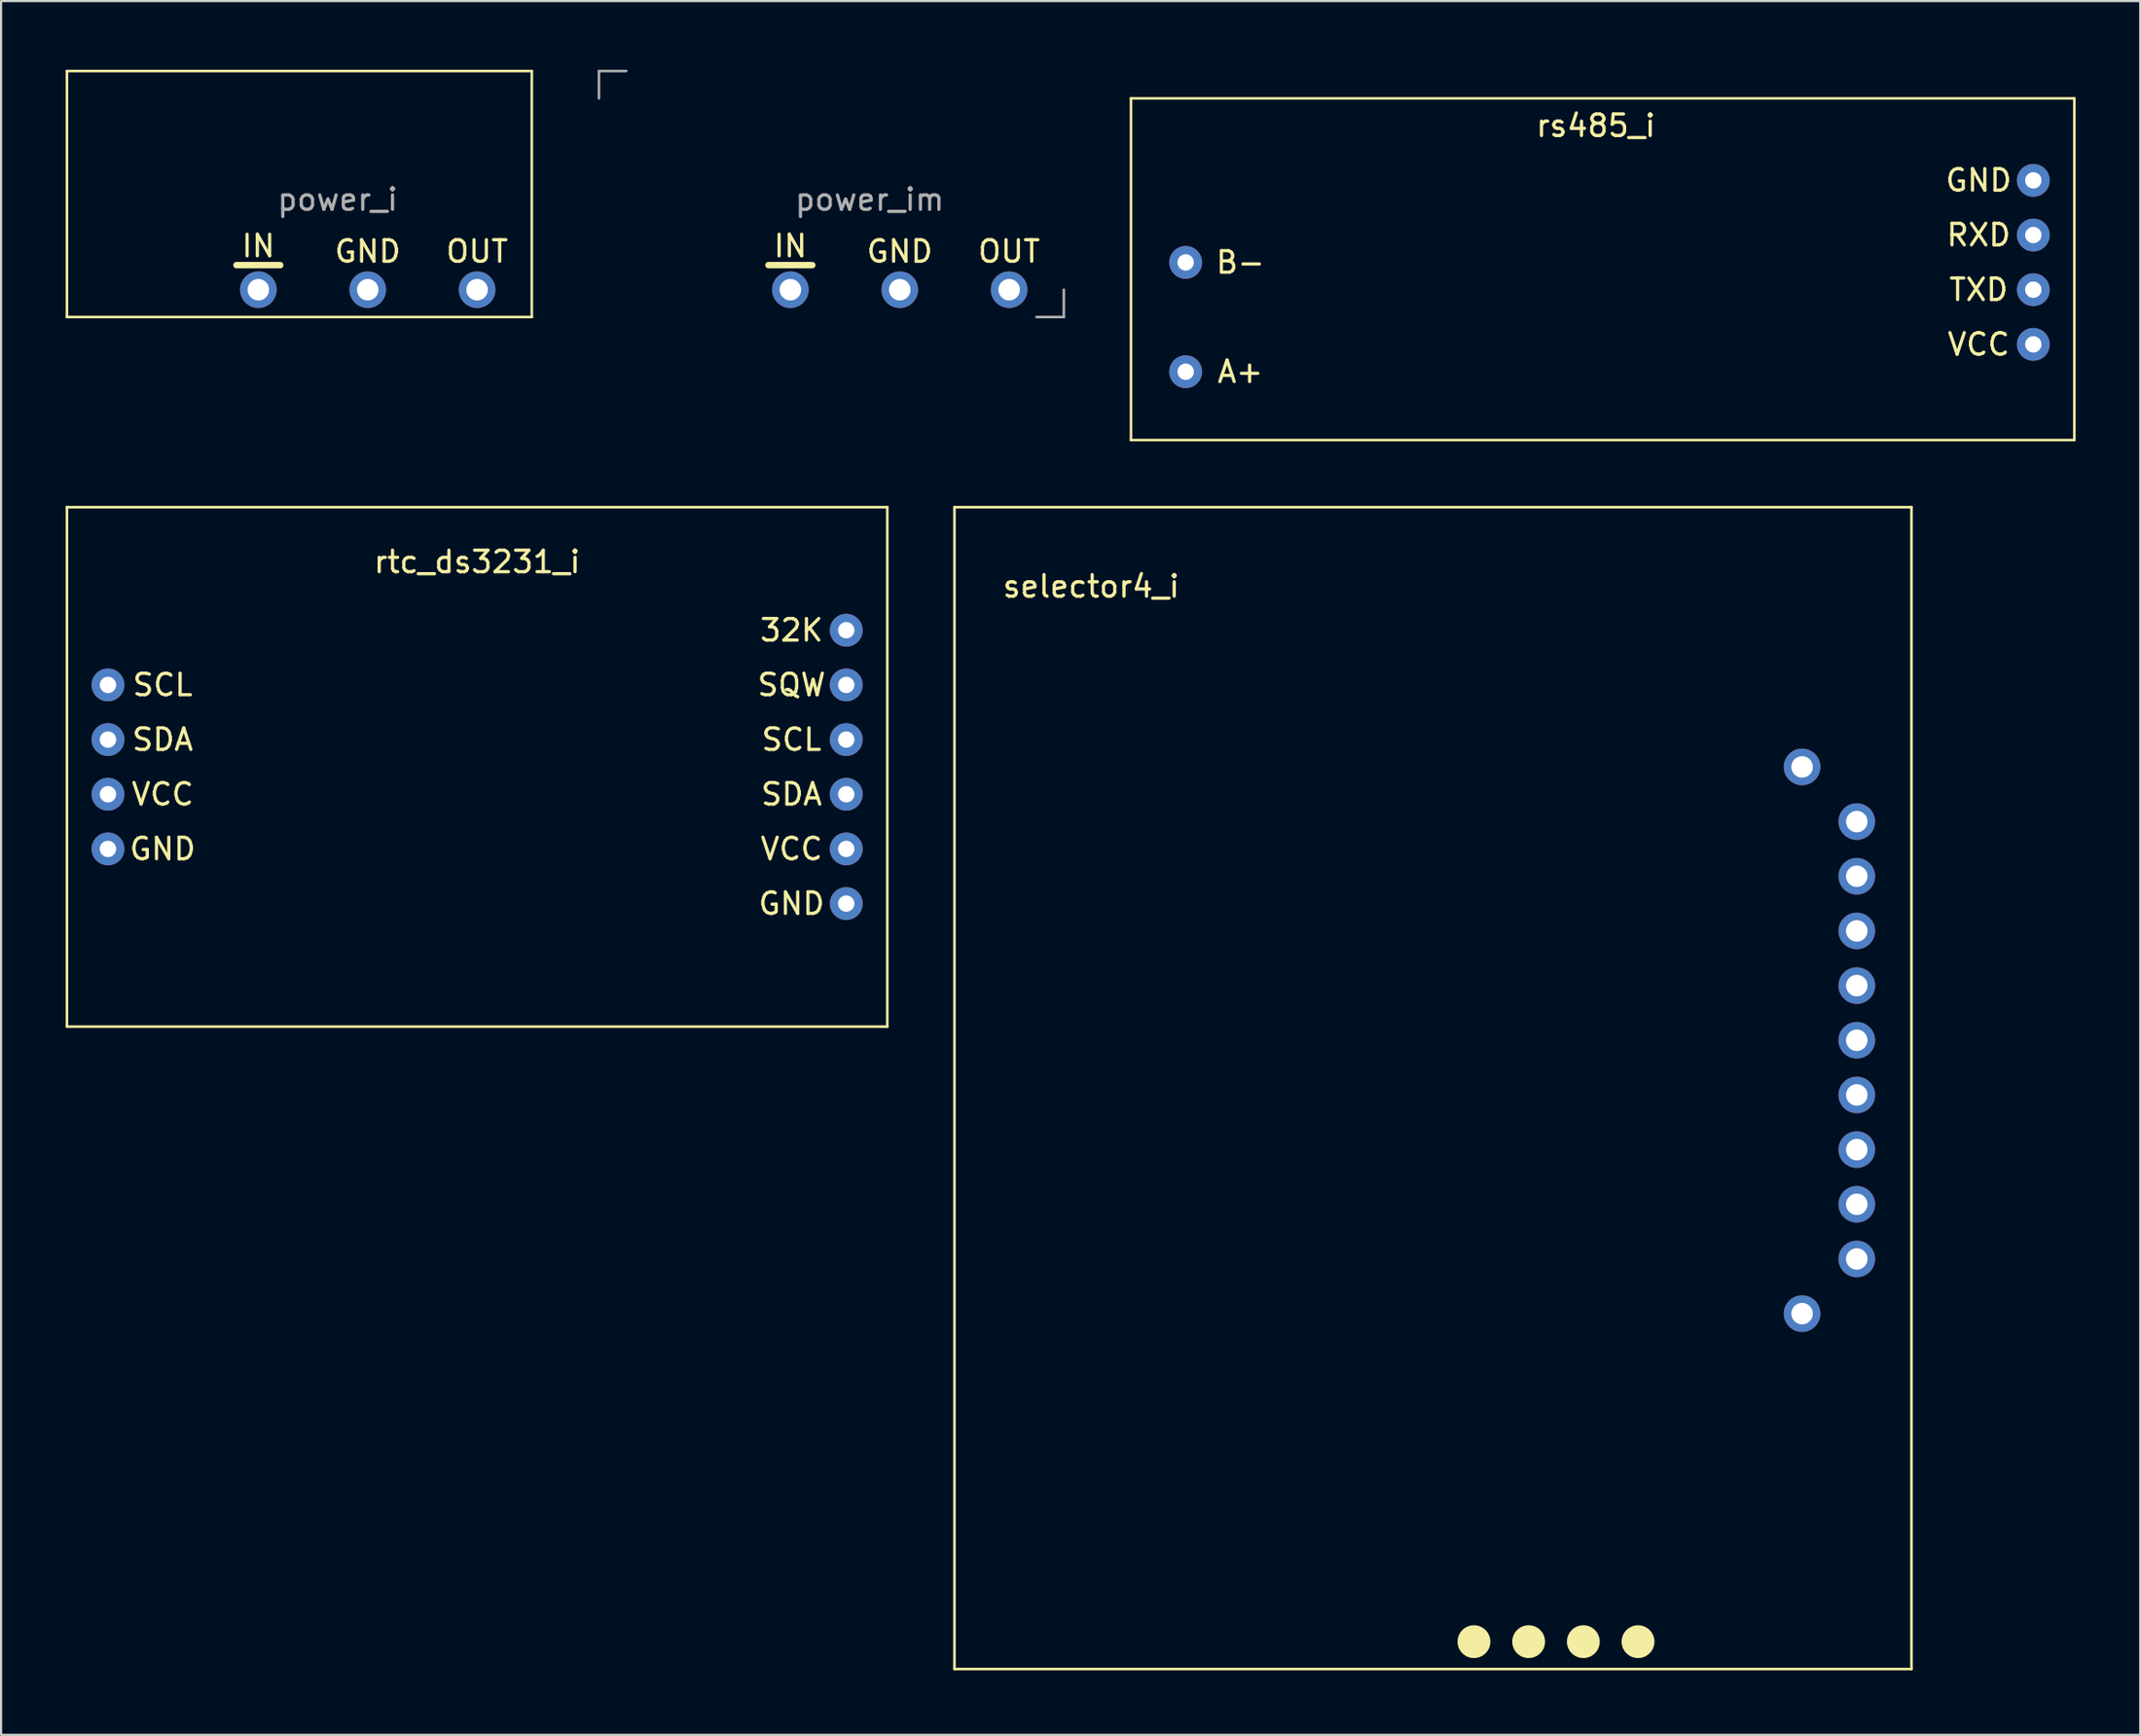
<source format=kicad_pcb>
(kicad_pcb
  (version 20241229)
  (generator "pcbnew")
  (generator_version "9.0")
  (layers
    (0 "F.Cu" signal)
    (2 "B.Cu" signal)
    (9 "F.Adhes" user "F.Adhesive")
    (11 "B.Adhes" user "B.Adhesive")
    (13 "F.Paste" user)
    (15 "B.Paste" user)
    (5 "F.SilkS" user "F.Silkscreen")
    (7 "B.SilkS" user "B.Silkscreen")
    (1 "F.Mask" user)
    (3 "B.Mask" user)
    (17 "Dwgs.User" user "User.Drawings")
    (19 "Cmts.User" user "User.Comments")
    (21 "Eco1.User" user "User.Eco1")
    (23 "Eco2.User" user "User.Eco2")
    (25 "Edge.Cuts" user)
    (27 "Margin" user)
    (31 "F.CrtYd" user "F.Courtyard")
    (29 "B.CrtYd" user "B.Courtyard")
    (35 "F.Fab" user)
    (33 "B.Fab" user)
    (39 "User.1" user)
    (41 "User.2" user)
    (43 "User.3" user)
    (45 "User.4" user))
  (footprint "selector4_i"
    (layer "F.Cu")
    (at 80.65 32.58)
    (property "Reference" "selector4_i" (at -33.02 -8.39 0) (layer "F.SilkS") (effects (font (size 1 1) (thickness 0.15))))
    (attr through_hole)
    (fp_line (start -39.37 -12.065) (end 5.08 -12.065) (stroke (width 0.12) (type solid)) (layer "F.SilkS"))
    (fp_line (start -39.37 41.91) (end -39.37 -12.065) (stroke (width 0.12) (type solid)) (layer "F.SilkS"))
    (fp_line (start 5.08 -12.065) (end 5.08 41.91) (stroke (width 0.12) (type solid)) (layer "F.SilkS"))
    (fp_line (start 5.08 41.91) (end -39.37 41.91) (stroke (width 0.12) (type solid)) (layer "F.SilkS"))
    (pad "" smd circle (at -15.24 40.64) (size 1.524 1.524) (layers "F.SilkS"))
    (pad "" smd circle (at -12.7 40.64) (size 1.524 1.524) (layers "F.SilkS"))
    (pad "" smd circle (at -10.16 40.64) (size 1.524 1.524) (layers "F.SilkS"))
    (pad "" smd circle (at -7.62 40.64) (size 1.524 1.524) (layers "F.SilkS"))
    (pad "1" thru_hole circle (at 0 0) (size 1.7 1.7) (drill 1) (layers "*.Cu" "*.Mask"))
    (pad "2" thru_hole circle (at 2.54 2.54) (size 1.7 1.7) (drill 1) (layers "*.Cu" "*.Mask"))
    (pad "3" thru_hole circle (at 2.54 5.08) (size 1.7 1.7) (drill 1) (layers "*.Cu" "*.Mask"))
    (pad "4" thru_hole circle (at 2.54 7.62) (size 1.7 1.7) (drill 1) (layers "*.Cu" "*.Mask"))
    (pad "5" thru_hole circle (at 2.54 10.16) (size 1.7 1.7) (drill 1) (layers "*.Cu" "*.Mask"))
    (pad "6" thru_hole circle (at 2.54 12.7) (size 1.7 1.7) (drill 1) (layers "*.Cu" "*.Mask"))
    (pad "7" thru_hole circle (at 2.54 15.24) (size 1.7 1.7) (drill 1) (layers "*.Cu" "*.Mask"))
    (pad "8" thru_hole circle (at 2.54 17.78) (size 1.7 1.7) (drill 1) (layers "*.Cu" "*.Mask"))
    (pad "9" thru_hole circle (at 2.54 20.32) (size 1.7 1.7) (drill 1) (layers "*.Cu" "*.Mask"))
    (pad "10" thru_hole circle (at 2.54 22.86) (size 1.7 1.7) (drill 1) (layers "*.Cu" "*.Mask"))
    (pad "11" thru_hole circle (at 0 25.4) (size 1.7 1.7) (drill 1) (layers "*.Cu" "*.Mask")))
  (footprint "power_i"
    (layer "F.Cu")
    (at 2.6 0.25)
    (property "Reference" "power_i" (at 10.033 5.969 0) (layer "F.Fab") (effects (font (size 1 1) (thickness 0.15))))
    (attr through_hole)
    (fp_line (start -2.54 0) (end 19.05 0) (stroke (width 0.12) (type solid)) (layer "F.SilkS"))
    (fp_line (start -2.54 11.43) (end -2.54 0) (stroke (width 0.12) (type solid)) (layer "F.SilkS"))
    (fp_line (start 5.334 9.017) (end 7.366 9.017) (stroke (width 0.3) (type solid)) (layer "F.SilkS"))
    (fp_line (start 19.05 0) (end 19.05 11.43) (stroke (width 0.12) (type solid)) (layer "F.SilkS"))
    (fp_line (start 19.05 11.43) (end -2.54 11.43) (stroke (width 0.12) (type solid)) (layer "F.SilkS"))
    (fp_text user "IN" (at 6.35 8.128 0) (layer "F.SilkS") (effects (font (size 1 1) (thickness 0.15))))
    (fp_text user "GND" (at 11.43 8.382 0) (layer "F.SilkS") (effects (font (size 1 1) (thickness 0.15))))
    (fp_text user "OUT" (at 16.51 8.382 0) (layer "F.SilkS") (effects (font (size 1 1) (thickness 0.15))))
    (pad "1" thru_hole circle (at 6.35 10.16) (size 1.7 1.7) (drill 1) (layers "*.Cu" "*.Mask"))
    (pad "2" thru_hole circle (at 16.51 10.16) (size 1.7 1.7) (drill 1) (layers "*.Cu" "*.Mask"))
    (pad "3" thru_hole circle (at 11.43 10.16) (size 1.7 1.7) (drill 1) (layers "*.Cu" "*.Mask")))
  (footprint "rtc_ds3231_i"
    (layer "F.Cu")
    (at 28.635 21.15)
    (property "Reference" "rtc_ds3231_i" (at -9.525 1.905 0) (layer "F.SilkS") (effects (font (size 1 1) (thickness 0.15))))
    (attr through_hole)
    (fp_line (start -28.575 -0.635) (end -28.575 23.495) (stroke (width 0.12) (type solid)) (layer "F.SilkS"))
    (fp_line (start 9.525 -0.635) (end -28.575 -0.635) (stroke (width 0.12) (type solid)) (layer "F.SilkS"))
    (fp_line (start 9.525 -0.635) (end 9.525 23.495) (stroke (width 0.12) (type solid)) (layer "F.SilkS"))
    (fp_line (start 9.525 23.495) (end -28.575 23.495) (stroke (width 0.12) (type solid)) (layer "F.SilkS"))
    (fp_text user "32K" (at 5.08 5.08 0) (layer "F.SilkS") (effects (font (size 1 1) (thickness 0.15))))
    (fp_text user "VCC" (at 5.08 15.24 0) (layer "F.SilkS") (effects (font (size 1 1) (thickness 0.15))))
    (fp_text user "VCC" (at -24.13 12.7 0) (layer "F.SilkS") (effects (font (size 1 1) (thickness 0.15))))
    (fp_text user "SCL" (at 5.08 10.16 0) (layer "F.SilkS") (effects (font (size 1 1) (thickness 0.15))))
    (fp_text user "SCL" (at -24.13 7.62 0) (layer "F.SilkS") (effects (font (size 1 1) (thickness 0.15))))
    (fp_text user "SQW" (at 5.08 7.62 0) (layer "F.SilkS") (effects (font (size 1 1) (thickness 0.15))))
    (fp_text user "SDA" (at 5.08 12.7 0) (layer "F.SilkS") (effects (font (size 1 1) (thickness 0.15))))
    (fp_text user "SDA" (at -24.13 10.16 0) (layer "F.SilkS") (effects (font (size 1 1) (thickness 0.15))))
    (fp_text user "GND" (at -24.13 15.24 0) (layer "F.SilkS") (effects (font (size 1 1) (thickness 0.15))))
    (fp_text user "GND" (at 5.08 17.78 0) (layer "F.SilkS") (effects (font (size 1 1) (thickness 0.15))))
    (pad "1" thru_hole circle (at -26.67 7.62) (size 1.524 1.524) (drill 0.762) (layers "*.Cu" "*.Mask"))
    (pad "2" thru_hole circle (at -26.67 10.16) (size 1.524 1.524) (drill 0.762) (layers "*.Cu" "*.Mask"))
    (pad "3" thru_hole circle (at -26.67 12.7) (size 1.524 1.524) (drill 0.762) (layers "*.Cu" "*.Mask"))
    (pad "4" thru_hole circle (at -26.67 15.24) (size 1.524 1.524) (drill 0.762) (layers "*.Cu" "*.Mask"))
    (pad "5" thru_hole circle (at 7.62 5.08) (size 1.524 1.524) (drill 0.762) (layers "*.Cu" "*.Mask"))
    (pad "6" thru_hole circle (at 7.62 7.62) (size 1.524 1.524) (drill 0.762) (layers "*.Cu" "*.Mask"))
    (pad "7" thru_hole circle (at 7.62 10.16) (size 1.524 1.524) (drill 0.762) (layers "*.Cu" "*.Mask"))
    (pad "8" thru_hole circle (at 7.62 12.7) (size 1.524 1.524) (drill 0.762) (layers "*.Cu" "*.Mask"))
    (pad "9" thru_hole circle (at 7.62 15.24) (size 1.524 1.524) (drill 0.762) (layers "*.Cu" "*.Mask"))
    (pad "10" thru_hole circle (at 7.62 17.78) (size 1.524 1.524) (drill 0.762) (layers "*.Cu" "*.Mask")))
  (footprint "rs485_i"
    (layer "F.Cu")
    (at 76.15 0.25)
    (property "Reference" "rs485_i" (at -5.08 2.54 0) (layer "F.SilkS") (effects (font (size 1 1) (thickness 0.15))))
    (attr through_hole)
    (fp_line (start -26.67 1.27) (end -26.67 17.145) (stroke (width 0.12) (type solid)) (layer "F.SilkS"))
    (fp_line (start 17.145 1.27) (end -26.67 1.27) (stroke (width 0.12) (type solid)) (layer "F.SilkS"))
    (fp_line (start 17.145 1.27) (end 17.145 17.145) (stroke (width 0.12) (type solid)) (layer "F.SilkS"))
    (fp_line (start 17.145 17.145) (end -26.67 17.145) (stroke (width 0.12) (type solid)) (layer "F.SilkS"))
    (fp_text user "GND" (at 12.7 5.08 0) (layer "F.SilkS") (effects (font (size 1 1) (thickness 0.15))))
    (fp_text user "TXD" (at 12.7 10.16 0) (layer "F.SilkS") (effects (font (size 1 1) (thickness 0.15))))
    (fp_text user "A+" (at -21.59 13.97 0) (layer "F.SilkS") (effects (font (size 1 1) (thickness 0.15))))
    (fp_text user "VCC" (at 12.7 12.7 0) (layer "F.SilkS") (effects (font (size 1 1) (thickness 0.15))))
    (fp_text user "RXD" (at 12.7 7.62 0) (layer "F.SilkS") (effects (font (size 1 1) (thickness 0.15))))
    (fp_text user "B-" (at -21.59 8.89 0) (layer "F.SilkS") (effects (font (size 1 1) (thickness 0.15))))
    (pad "1" thru_hole circle (at 15.24 12.7) (size 1.524 1.524) (drill 0.762) (layers "*.Cu" "*.Mask"))
    (pad "2" thru_hole circle (at 15.24 10.16) (size 1.524 1.524) (drill 0.762) (layers "*.Cu" "*.Mask"))
    (pad "3" thru_hole circle (at 15.24 7.62) (size 1.524 1.524) (drill 0.762) (layers "*.Cu" "*.Mask"))
    (pad "4" thru_hole circle (at 15.24 5.08) (size 1.524 1.524) (drill 0.762) (layers "*.Cu" "*.Mask"))
    (pad "5" thru_hole circle (at -24.13 13.97) (size 1.524 1.524) (drill 0.762) (layers "*.Cu" "*.Mask"))
    (pad "6" thru_hole circle (at -24.13 8.89) (size 1.524 1.524) (drill 0.762) (layers "*.Cu" "*.Mask")))
  (footprint "power_im"
    (layer "F.Cu")
    (at 27.31 0.25)
    (property "Reference" "power_im" (at 10.033 5.969 0) (layer "F.Fab") (effects (font (size 1 1) (thickness 0.15))))
    (attr through_hole)
    (fp_line (start 5.334 9.017) (end 7.366 9.017) (stroke (width 0.3) (type solid)) (layer "F.SilkS"))
    (fp_line (start -2.54 0) (end -2.54 1.27) (stroke (width 0.12) (type solid)) (layer "F.Fab"))
    (fp_line (start -2.54 0) (end -1.27 0) (stroke (width 0.12) (type solid)) (layer "F.Fab"))
    (fp_line (start 19.05 10.16) (end 19.05 11.43) (stroke (width 0.12) (type solid)) (layer "F.Fab"))
    (fp_line (start 19.05 11.43) (end 17.78 11.43) (stroke (width 0.12) (type solid)) (layer "F.Fab"))
    (fp_text user "IN" (at 6.35 8.128 0) (layer "F.SilkS") (effects (font (size 1 1) (thickness 0.15))))
    (fp_text user "GND" (at 11.43 8.382 0) (layer "F.SilkS") (effects (font (size 1 1) (thickness 0.15))))
    (fp_text user "OUT" (at 16.51 8.382 0) (layer "F.SilkS") (effects (font (size 1 1) (thickness 0.15))))
    (pad "1" thru_hole circle (at 6.35 10.16) (size 1.7 1.7) (drill 1) (layers "*.Cu" "*.Mask"))
    (pad "2" thru_hole circle (at 16.51 10.16) (size 1.7 1.7) (drill 1) (layers "*.Cu" "*.Mask"))
    (pad "3" thru_hole circle (at 11.43 10.16) (size 1.7 1.7) (drill 1) (layers "*.Cu" "*.Mask")))
  (gr_rect
    (start -3 -3)
    (end 96.355 77.55)
    (stroke (width 0.1) (type default))
    (fill no)
    (layer "Edge.Cuts")))
</source>
